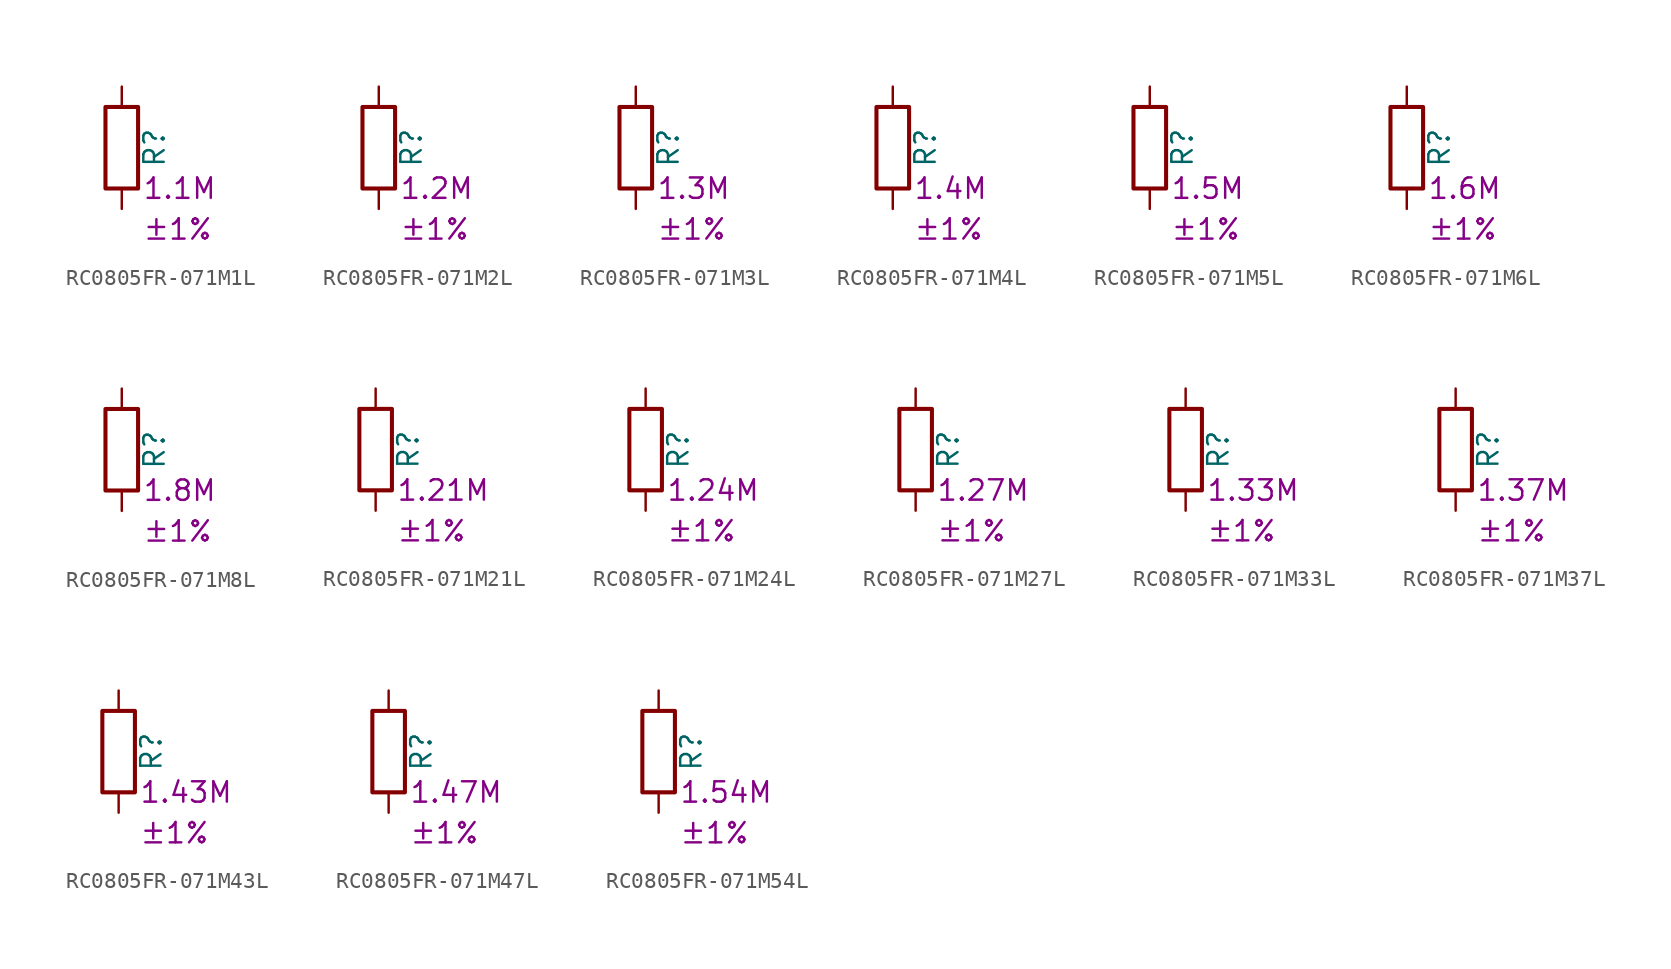
<source format=kicad_sym>
(kicad_symbol_lib
  (version 20220914)
  (generator kicad_symbol_editor)
  (symbol "RC0805FR-071M1L"
    (pin_numbers hide)
    (pin_names
      (offset 0))
    (property "Reference" "R"
      (at 2.032 0 90)
      (effects (font (size 1.27 1.27))))
    (property "Resistance" "1.1M"
      (at 1.27 -2.54 0)
      (effects (font (size 1.27 1.27)) (justify left)))
    (property "Tolerance" "±1%"
      (at 1.27 -5.08 0)
      (effects (font (size 1.27 1.27)) (justify left)))
    (symbol "RC0805FR-071M1L_0_1"
      (rectangle (start -1.016 -2.54) (end 1.016 2.54) (stroke (width 0.254) (type default)) (fill (type none))))
    (symbol "RC0805FR-071M1L_1_1"
      (pin passive line (at 0 3.81 270) (length 1.27) (name "~" (effects (font (size 1.27 1.27)))) (number "1" (effects (font (size 1.27 1.27)))))
      (pin passive line (at 0 -3.81 90) (length 1.27) (name "~" (effects (font (size 1.27 1.27)))) (number "2" (effects (font (size 1.27 1.27)))))))
  (symbol "RC0805FR-071M2L"
    (pin_numbers hide)
    (pin_names
      (offset 0))
    (property "Reference" "R"
      (at 2.032 0 90)
      (effects (font (size 1.27 1.27))))
    (property "Resistance" "1.2M"
      (at 1.27 -2.54 0)
      (effects (font (size 1.27 1.27)) (justify left)))
    (property "Tolerance" "±1%"
      (at 1.27 -5.08 0)
      (effects (font (size 1.27 1.27)) (justify left)))
    (symbol "RC0805FR-071M2L_0_1"
      (rectangle (start -1.016 -2.54) (end 1.016 2.54) (stroke (width 0.254) (type default)) (fill (type none))))
    (symbol "RC0805FR-071M2L_1_1"
      (pin passive line (at 0 3.81 270) (length 1.27) (name "~" (effects (font (size 1.27 1.27)))) (number "1" (effects (font (size 1.27 1.27)))))
      (pin passive line (at 0 -3.81 90) (length 1.27) (name "~" (effects (font (size 1.27 1.27)))) (number "2" (effects (font (size 1.27 1.27)))))))
  (symbol "RC0805FR-071M3L"
    (pin_numbers hide)
    (pin_names
      (offset 0))
    (property "Reference" "R"
      (at 2.032 0 90)
      (effects (font (size 1.27 1.27))))
    (property "Resistance" "1.3M"
      (at 1.27 -2.54 0)
      (effects (font (size 1.27 1.27)) (justify left)))
    (property "Tolerance" "±1%"
      (at 1.27 -5.08 0)
      (effects (font (size 1.27 1.27)) (justify left)))
    (symbol "RC0805FR-071M3L_0_1"
      (rectangle (start -1.016 -2.54) (end 1.016 2.54) (stroke (width 0.254) (type default)) (fill (type none))))
    (symbol "RC0805FR-071M3L_1_1"
      (pin passive line (at 0 3.81 270) (length 1.27) (name "~" (effects (font (size 1.27 1.27)))) (number "1" (effects (font (size 1.27 1.27)))))
      (pin passive line (at 0 -3.81 90) (length 1.27) (name "~" (effects (font (size 1.27 1.27)))) (number "2" (effects (font (size 1.27 1.27)))))))
  (symbol "RC0805FR-071M4L"
    (pin_numbers hide)
    (pin_names
      (offset 0))
    (property "Reference" "R"
      (at 2.032 0 90)
      (effects (font (size 1.27 1.27))))
    (property "Resistance" "1.4M"
      (at 1.27 -2.54 0)
      (effects (font (size 1.27 1.27)) (justify left)))
    (property "Tolerance" "±1%"
      (at 1.27 -5.08 0)
      (effects (font (size 1.27 1.27)) (justify left)))
    (symbol "RC0805FR-071M4L_0_1"
      (rectangle (start -1.016 -2.54) (end 1.016 2.54) (stroke (width 0.254) (type default)) (fill (type none))))
    (symbol "RC0805FR-071M4L_1_1"
      (pin passive line (at 0 3.81 270) (length 1.27) (name "~" (effects (font (size 1.27 1.27)))) (number "1" (effects (font (size 1.27 1.27)))))
      (pin passive line (at 0 -3.81 90) (length 1.27) (name "~" (effects (font (size 1.27 1.27)))) (number "2" (effects (font (size 1.27 1.27)))))))
  (symbol "RC0805FR-071M5L"
    (pin_numbers hide)
    (pin_names
      (offset 0))
    (property "Reference" "R"
      (at 2.032 0 90)
      (effects (font (size 1.27 1.27))))
    (property "Resistance" "1.5M"
      (at 1.27 -2.54 0)
      (effects (font (size 1.27 1.27)) (justify left)))
    (property "Tolerance" "±1%"
      (at 1.27 -5.08 0)
      (effects (font (size 1.27 1.27)) (justify left)))
    (symbol "RC0805FR-071M5L_0_1"
      (rectangle (start -1.016 -2.54) (end 1.016 2.54) (stroke (width 0.254) (type default)) (fill (type none))))
    (symbol "RC0805FR-071M5L_1_1"
      (pin passive line (at 0 3.81 270) (length 1.27) (name "~" (effects (font (size 1.27 1.27)))) (number "1" (effects (font (size 1.27 1.27)))))
      (pin passive line (at 0 -3.81 90) (length 1.27) (name "~" (effects (font (size 1.27 1.27)))) (number "2" (effects (font (size 1.27 1.27)))))))
  (symbol "RC0805FR-071M6L"
    (pin_numbers hide)
    (pin_names
      (offset 0))
    (property "Reference" "R"
      (at 2.032 0 90)
      (effects (font (size 1.27 1.27))))
    (property "Resistance" "1.6M"
      (at 1.27 -2.54 0)
      (effects (font (size 1.27 1.27)) (justify left)))
    (property "Tolerance" "±1%"
      (at 1.27 -5.08 0)
      (effects (font (size 1.27 1.27)) (justify left)))
    (symbol "RC0805FR-071M6L_0_1"
      (rectangle (start -1.016 -2.54) (end 1.016 2.54) (stroke (width 0.254) (type default)) (fill (type none))))
    (symbol "RC0805FR-071M6L_1_1"
      (pin passive line (at 0 3.81 270) (length 1.27) (name "~" (effects (font (size 1.27 1.27)))) (number "1" (effects (font (size 1.27 1.27)))))
      (pin passive line (at 0 -3.81 90) (length 1.27) (name "~" (effects (font (size 1.27 1.27)))) (number "2" (effects (font (size 1.27 1.27)))))))
  (symbol "RC0805FR-071M8L"
    (pin_numbers hide)
    (pin_names
      (offset 0))
    (property "Reference" "R"
      (at 2.032 0 90)
      (effects (font (size 1.27 1.27))))
    (property "Resistance" "1.8M"
      (at 1.27 -2.54 0)
      (effects (font (size 1.27 1.27)) (justify left)))
    (property "Tolerance" "±1%"
      (at 1.27 -5.08 0)
      (effects (font (size 1.27 1.27)) (justify left)))
    (symbol "RC0805FR-071M8L_0_1"
      (rectangle (start -1.016 -2.54) (end 1.016 2.54) (stroke (width 0.254) (type default)) (fill (type none))))
    (symbol "RC0805FR-071M8L_1_1"
      (pin passive line (at 0 3.81 270) (length 1.27) (name "~" (effects (font (size 1.27 1.27)))) (number "1" (effects (font (size 1.27 1.27)))))
      (pin passive line (at 0 -3.81 90) (length 1.27) (name "~" (effects (font (size 1.27 1.27)))) (number "2" (effects (font (size 1.27 1.27)))))))
  (symbol "RC0805FR-071M21L"
    (pin_numbers hide)
    (pin_names
      (offset 0))
    (property "Reference" "R"
      (at 2.032 0 90)
      (effects (font (size 1.27 1.27))))
    (property "Resistance" "1.21M"
      (at 1.27 -2.54 0)
      (effects (font (size 1.27 1.27)) (justify left)))
    (property "Tolerance" "±1%"
      (at 1.27 -5.08 0)
      (effects (font (size 1.27 1.27)) (justify left)))
    (symbol "RC0805FR-071M21L_0_1"
      (rectangle (start -1.016 -2.54) (end 1.016 2.54) (stroke (width 0.254) (type default)) (fill (type none))))
    (symbol "RC0805FR-071M21L_1_1"
      (pin passive line (at 0 3.81 270) (length 1.27) (name "~" (effects (font (size 1.27 1.27)))) (number "1" (effects (font (size 1.27 1.27)))))
      (pin passive line (at 0 -3.81 90) (length 1.27) (name "~" (effects (font (size 1.27 1.27)))) (number "2" (effects (font (size 1.27 1.27)))))))
  (symbol "RC0805FR-071M24L"
    (pin_numbers hide)
    (pin_names
      (offset 0))
    (property "Reference" "R"
      (at 2.032 0 90)
      (effects (font (size 1.27 1.27))))
    (property "Resistance" "1.24M"
      (at 1.27 -2.54 0)
      (effects (font (size 1.27 1.27)) (justify left)))
    (property "Tolerance" "±1%"
      (at 1.27 -5.08 0)
      (effects (font (size 1.27 1.27)) (justify left)))
    (symbol "RC0805FR-071M24L_0_1"
      (rectangle (start -1.016 -2.54) (end 1.016 2.54) (stroke (width 0.254) (type default)) (fill (type none))))
    (symbol "RC0805FR-071M24L_1_1"
      (pin passive line (at 0 3.81 270) (length 1.27) (name "~" (effects (font (size 1.27 1.27)))) (number "1" (effects (font (size 1.27 1.27)))))
      (pin passive line (at 0 -3.81 90) (length 1.27) (name "~" (effects (font (size 1.27 1.27)))) (number "2" (effects (font (size 1.27 1.27)))))))
  (symbol "RC0805FR-071M27L"
    (pin_numbers hide)
    (pin_names
      (offset 0))
    (property "Reference" "R"
      (at 2.032 0 90)
      (effects (font (size 1.27 1.27))))
    (property "Resistance" "1.27M"
      (at 1.27 -2.54 0)
      (effects (font (size 1.27 1.27)) (justify left)))
    (property "Tolerance" "±1%"
      (at 1.27 -5.08 0)
      (effects (font (size 1.27 1.27)) (justify left)))
    (symbol "RC0805FR-071M27L_0_1"
      (rectangle (start -1.016 -2.54) (end 1.016 2.54) (stroke (width 0.254) (type default)) (fill (type none))))
    (symbol "RC0805FR-071M27L_1_1"
      (pin passive line (at 0 3.81 270) (length 1.27) (name "~" (effects (font (size 1.27 1.27)))) (number "1" (effects (font (size 1.27 1.27)))))
      (pin passive line (at 0 -3.81 90) (length 1.27) (name "~" (effects (font (size 1.27 1.27)))) (number "2" (effects (font (size 1.27 1.27)))))))
  (symbol "RC0805FR-071M33L"
    (pin_numbers hide)
    (pin_names
      (offset 0))
    (property "Reference" "R"
      (at 2.032 0 90)
      (effects (font (size 1.27 1.27))))
    (property "Resistance" "1.33M"
      (at 1.27 -2.54 0)
      (effects (font (size 1.27 1.27)) (justify left)))
    (property "Tolerance" "±1%"
      (at 1.27 -5.08 0)
      (effects (font (size 1.27 1.27)) (justify left)))
    (symbol "RC0805FR-071M33L_0_1"
      (rectangle (start -1.016 -2.54) (end 1.016 2.54) (stroke (width 0.254) (type default)) (fill (type none))))
    (symbol "RC0805FR-071M33L_1_1"
      (pin passive line (at 0 3.81 270) (length 1.27) (name "~" (effects (font (size 1.27 1.27)))) (number "1" (effects (font (size 1.27 1.27)))))
      (pin passive line (at 0 -3.81 90) (length 1.27) (name "~" (effects (font (size 1.27 1.27)))) (number "2" (effects (font (size 1.27 1.27)))))))
  (symbol "RC0805FR-071M37L"
    (pin_numbers hide)
    (pin_names
      (offset 0))
    (property "Reference" "R"
      (at 2.032 0 90)
      (effects (font (size 1.27 1.27))))
    (property "Resistance" "1.37M"
      (at 1.27 -2.54 0)
      (effects (font (size 1.27 1.27)) (justify left)))
    (property "Tolerance" "±1%"
      (at 1.27 -5.08 0)
      (effects (font (size 1.27 1.27)) (justify left)))
    (symbol "RC0805FR-071M37L_0_1"
      (rectangle (start -1.016 -2.54) (end 1.016 2.54) (stroke (width 0.254) (type default)) (fill (type none))))
    (symbol "RC0805FR-071M37L_1_1"
      (pin passive line (at 0 3.81 270) (length 1.27) (name "~" (effects (font (size 1.27 1.27)))) (number "1" (effects (font (size 1.27 1.27)))))
      (pin passive line (at 0 -3.81 90) (length 1.27) (name "~" (effects (font (size 1.27 1.27)))) (number "2" (effects (font (size 1.27 1.27)))))))
  (symbol "RC0805FR-071M43L"
    (pin_numbers hide)
    (pin_names
      (offset 0))
    (property "Reference" "R"
      (at 2.032 0 90)
      (effects (font (size 1.27 1.27))))
    (property "Resistance" "1.43M"
      (at 1.27 -2.54 0)
      (effects (font (size 1.27 1.27)) (justify left)))
    (property "Tolerance" "±1%"
      (at 1.27 -5.08 0)
      (effects (font (size 1.27 1.27)) (justify left)))
    (symbol "RC0805FR-071M43L_0_1"
      (rectangle (start -1.016 -2.54) (end 1.016 2.54) (stroke (width 0.254) (type default)) (fill (type none))))
    (symbol "RC0805FR-071M43L_1_1"
      (pin passive line (at 0 3.81 270) (length 1.27) (name "~" (effects (font (size 1.27 1.27)))) (number "1" (effects (font (size 1.27 1.27)))))
      (pin passive line (at 0 -3.81 90) (length 1.27) (name "~" (effects (font (size 1.27 1.27)))) (number "2" (effects (font (size 1.27 1.27)))))))
  (symbol "RC0805FR-071M47L"
    (pin_numbers hide)
    (pin_names
      (offset 0))
    (property "Reference" "R"
      (at 2.032 0 90)
      (effects (font (size 1.27 1.27))))
    (property "Resistance" "1.47M"
      (at 1.27 -2.54 0)
      (effects (font (size 1.27 1.27)) (justify left)))
    (property "Tolerance" "±1%"
      (at 1.27 -5.08 0)
      (effects (font (size 1.27 1.27)) (justify left)))
    (symbol "RC0805FR-071M47L_0_1"
      (rectangle (start -1.016 -2.54) (end 1.016 2.54) (stroke (width 0.254) (type default)) (fill (type none))))
    (symbol "RC0805FR-071M47L_1_1"
      (pin passive line (at 0 3.81 270) (length 1.27) (name "~" (effects (font (size 1.27 1.27)))) (number "1" (effects (font (size 1.27 1.27)))))
      (pin passive line (at 0 -3.81 90) (length 1.27) (name "~" (effects (font (size 1.27 1.27)))) (number "2" (effects (font (size 1.27 1.27)))))))
  (symbol "RC0805FR-071M54L"
    (pin_numbers hide)
    (pin_names
      (offset 0))
    (property "Reference" "R"
      (at 2.032 0 90)
      (effects (font (size 1.27 1.27))))
    (property "Resistance" "1.54M"
      (at 1.27 -2.54 0)
      (effects (font (size 1.27 1.27)) (justify left)))
    (property "Tolerance" "±1%"
      (at 1.27 -5.08 0)
      (effects (font (size 1.27 1.27)) (justify left)))
    (symbol "RC0805FR-071M54L_0_1"
      (rectangle (start -1.016 -2.54) (end 1.016 2.54) (stroke (width 0.254) (type default)) (fill (type none))))
    (symbol "RC0805FR-071M54L_1_1"
      (pin passive line (at 0 3.81 270) (length 1.27) (name "~" (effects (font (size 1.27 1.27)))) (number "1" (effects (font (size 1.27 1.27)))))
      (pin passive line (at 0 -3.81 90) (length 1.27) (name "~" (effects (font (size 1.27 1.27)))) (number "2" (effects (font (size 1.27 1.27))))))))
</source>
